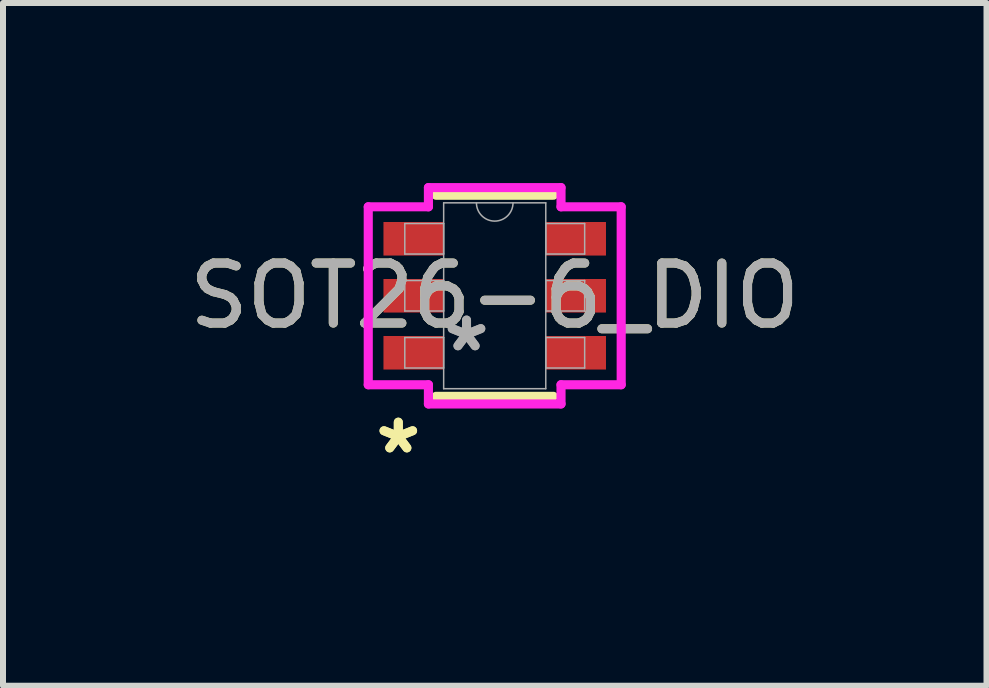
<source format=kicad_pcb>
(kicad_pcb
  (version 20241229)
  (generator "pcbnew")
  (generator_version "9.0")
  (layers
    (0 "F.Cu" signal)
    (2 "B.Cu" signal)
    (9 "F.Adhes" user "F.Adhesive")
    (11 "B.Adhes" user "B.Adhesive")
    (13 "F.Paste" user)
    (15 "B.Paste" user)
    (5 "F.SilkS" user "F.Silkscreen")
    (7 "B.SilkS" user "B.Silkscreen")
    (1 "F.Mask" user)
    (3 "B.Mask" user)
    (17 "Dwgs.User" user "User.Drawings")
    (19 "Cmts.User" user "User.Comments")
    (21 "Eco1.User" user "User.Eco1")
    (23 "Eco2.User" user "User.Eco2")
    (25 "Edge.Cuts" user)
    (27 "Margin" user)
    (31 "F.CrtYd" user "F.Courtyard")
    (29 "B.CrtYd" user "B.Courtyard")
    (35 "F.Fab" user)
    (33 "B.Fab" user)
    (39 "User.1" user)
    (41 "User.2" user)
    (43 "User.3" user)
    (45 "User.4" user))
  (footprint "SOT26-6_DIO"
    (layer "F.Cu")
    (at 5.196 1.88)
    (property "Reference" "SOT26-6_DIO" (at 0 0 0) (unlocked yes) (layer "F.SilkS") (effects (font (size 1 1) (thickness 0.15))))
    (attr smd)
    (fp_line (start -0.978 1.676) (end 0.978 1.676) (stroke (width 0.152) (type solid)) (layer "F.SilkS"))
    (fp_line (start 0.978 -1.676) (end -0.978 -1.676) (stroke (width 0.152) (type solid)) (layer "F.SilkS"))
    (fp_line (start -2.108 -1.483) (end -1.105 -1.483) (stroke (width 0.152) (type solid)) (layer "F.CrtYd"))
    (fp_line (start -2.108 1.483) (end -2.108 -1.483) (stroke (width 0.152) (type solid)) (layer "F.CrtYd"))
    (fp_line (start -2.108 1.483) (end -1.105 1.483) (stroke (width 0.152) (type solid)) (layer "F.CrtYd"))
    (fp_line (start -1.105 -1.803) (end 1.105 -1.803) (stroke (width 0.152) (type solid)) (layer "F.CrtYd"))
    (fp_line (start -1.105 -1.483) (end -1.105 -1.803) (stroke (width 0.152) (type solid)) (layer "F.CrtYd"))
    (fp_line (start -1.105 1.803) (end -1.105 1.483) (stroke (width 0.152) (type solid)) (layer "F.CrtYd"))
    (fp_line (start 1.105 -1.803) (end 1.105 -1.483) (stroke (width 0.152) (type solid)) (layer "F.CrtYd"))
    (fp_line (start 1.105 1.483) (end 1.105 1.803) (stroke (width 0.152) (type solid)) (layer "F.CrtYd"))
    (fp_line (start 1.105 1.803) (end -1.105 1.803) (stroke (width 0.152) (type solid)) (layer "F.CrtYd"))
    (fp_line (start 2.108 -1.483) (end 1.105 -1.483) (stroke (width 0.152) (type solid)) (layer "F.CrtYd"))
    (fp_line (start 2.108 -1.483) (end 2.108 1.483) (stroke (width 0.152) (type solid)) (layer "F.CrtYd"))
    (fp_line (start 2.108 1.483) (end 1.105 1.483) (stroke (width 0.152) (type solid)) (layer "F.CrtYd"))
    (fp_line (start -1.499 -1.204) (end -1.499 -0.696) (stroke (width 0.025) (type solid)) (layer "F.Fab"))
    (fp_line (start -1.499 -0.696) (end -0.851 -0.696) (stroke (width 0.025) (type solid)) (layer "F.Fab"))
    (fp_line (start -1.499 -0.254) (end -1.499 0.254) (stroke (width 0.025) (type solid)) (layer "F.Fab"))
    (fp_line (start -1.499 0.254) (end -0.851 0.254) (stroke (width 0.025) (type solid)) (layer "F.Fab"))
    (fp_line (start -1.499 0.696) (end -1.499 1.204) (stroke (width 0.025) (type solid)) (layer "F.Fab"))
    (fp_line (start -1.499 1.204) (end -0.851 1.204) (stroke (width 0.025) (type solid)) (layer "F.Fab"))
    (fp_line (start -0.851 -1.549) (end -0.851 1.549) (stroke (width 0.025) (type solid)) (layer "F.Fab"))
    (fp_line (start -0.851 -1.204) (end -1.499 -1.204) (stroke (width 0.025) (type solid)) (layer "F.Fab"))
    (fp_line (start -0.851 -0.696) (end -0.851 -1.204) (stroke (width 0.025) (type solid)) (layer "F.Fab"))
    (fp_line (start -0.851 -0.254) (end -1.499 -0.254) (stroke (width 0.025) (type solid)) (layer "F.Fab"))
    (fp_line (start -0.851 0.254) (end -0.851 -0.254) (stroke (width 0.025) (type solid)) (layer "F.Fab"))
    (fp_line (start -0.851 0.696) (end -1.499 0.696) (stroke (width 0.025) (type solid)) (layer "F.Fab"))
    (fp_line (start -0.851 1.204) (end -0.851 0.696) (stroke (width 0.025) (type solid)) (layer "F.Fab"))
    (fp_line (start -0.851 1.549) (end 0.851 1.549) (stroke (width 0.025) (type solid)) (layer "F.Fab"))
    (fp_line (start 0.851 -1.549) (end -0.851 -1.549) (stroke (width 0.025) (type solid)) (layer "F.Fab"))
    (fp_line (start 0.851 -1.204) (end 0.851 -0.696) (stroke (width 0.025) (type solid)) (layer "F.Fab"))
    (fp_line (start 0.851 -0.696) (end 1.499 -0.696) (stroke (width 0.025) (type solid)) (layer "F.Fab"))
    (fp_line (start 0.851 -0.254) (end 0.851 0.254) (stroke (width 0.025) (type solid)) (layer "F.Fab"))
    (fp_line (start 0.851 0.254) (end 1.499 0.254) (stroke (width 0.025) (type solid)) (layer "F.Fab"))
    (fp_line (start 0.851 0.696) (end 0.851 1.204) (stroke (width 0.025) (type solid)) (layer "F.Fab"))
    (fp_line (start 0.851 1.204) (end 1.499 1.204) (stroke (width 0.025) (type solid)) (layer "F.Fab"))
    (fp_line (start 0.851 1.549) (end 0.851 -1.549) (stroke (width 0.025) (type solid)) (layer "F.Fab"))
    (fp_line (start 1.499 -1.204) (end 0.851 -1.204) (stroke (width 0.025) (type solid)) (layer "F.Fab"))
    (fp_line (start 1.499 -0.696) (end 1.499 -1.204) (stroke (width 0.025) (type solid)) (layer "F.Fab"))
    (fp_line (start 1.499 -0.254) (end 0.851 -0.254) (stroke (width 0.025) (type solid)) (layer "F.Fab"))
    (fp_line (start 1.499 0.254) (end 1.499 -0.254) (stroke (width 0.025) (type solid)) (layer "F.Fab"))
    (fp_line (start 1.499 0.696) (end 0.851 0.696) (stroke (width 0.025) (type solid)) (layer "F.Fab"))
    (fp_line (start 1.499 1.204) (end 1.499 0.696) (stroke (width 0.025) (type solid)) (layer "F.Fab"))
    (fp_arc (start 0.3048 -1.5494) (mid 0 -1.2446) (end -0.3048 -1.5494) (stroke (width 0.0254) (type solid)) (layer "F.Fab"))
    (fp_text user "*" (at -1.607 2.652 0) (layer "F.SilkS") (effects (font (size 1 1) (thickness 0.15))))
    (fp_text user "*" (at -1.607 2.652 0) (unlocked yes) (layer "F.SilkS") (effects (font (size 1 1) (thickness 0.15))))
    (fp_text user "*" (at -0.47 0.95 0) (unlocked yes) (layer "F.Fab") (effects (font (size 1 1) (thickness 0.15))))
    (fp_text user "*" (at -0.47 0.95 0) (layer "F.Fab") (effects (font (size 1 1) (thickness 0.15))))
    (fp_text user "${REFERENCE}" (at 0 0 0) (unlocked yes) (layer "F.Fab") (effects (font (size 1 1) (thickness 0.15))))
    (pad "1" smd rect (at -1.353 0.95) (size 1.003 0.559) (layers "F.Cu" "F.Mask" "F.Paste"))
    (pad "2" smd rect (at -1.353 0) (size 1.003 0.559) (layers "F.Cu" "F.Mask" "F.Paste"))
    (pad "3" smd rect (at -1.353 -0.95) (size 1.003 0.559) (layers "F.Cu" "F.Mask" "F.Paste"))
    (pad "4" smd rect (at 1.353 -0.95) (size 1.003 0.559) (layers "F.Cu" "F.Mask" "F.Paste"))
    (pad "5" smd rect (at 1.353 0) (size 1.003 0.559) (layers "F.Cu" "F.Mask" "F.Paste"))
    (pad "6" smd rect (at 1.353 0.95) (size 1.003 0.559) (layers "F.Cu" "F.Mask" "F.Paste")))
  (gr_rect
    (start -3 -3)
    (end 13.393 8.38)
    (stroke (width 0.1) (type default))
    (fill no)
    (layer "Edge.Cuts")))
</source>
